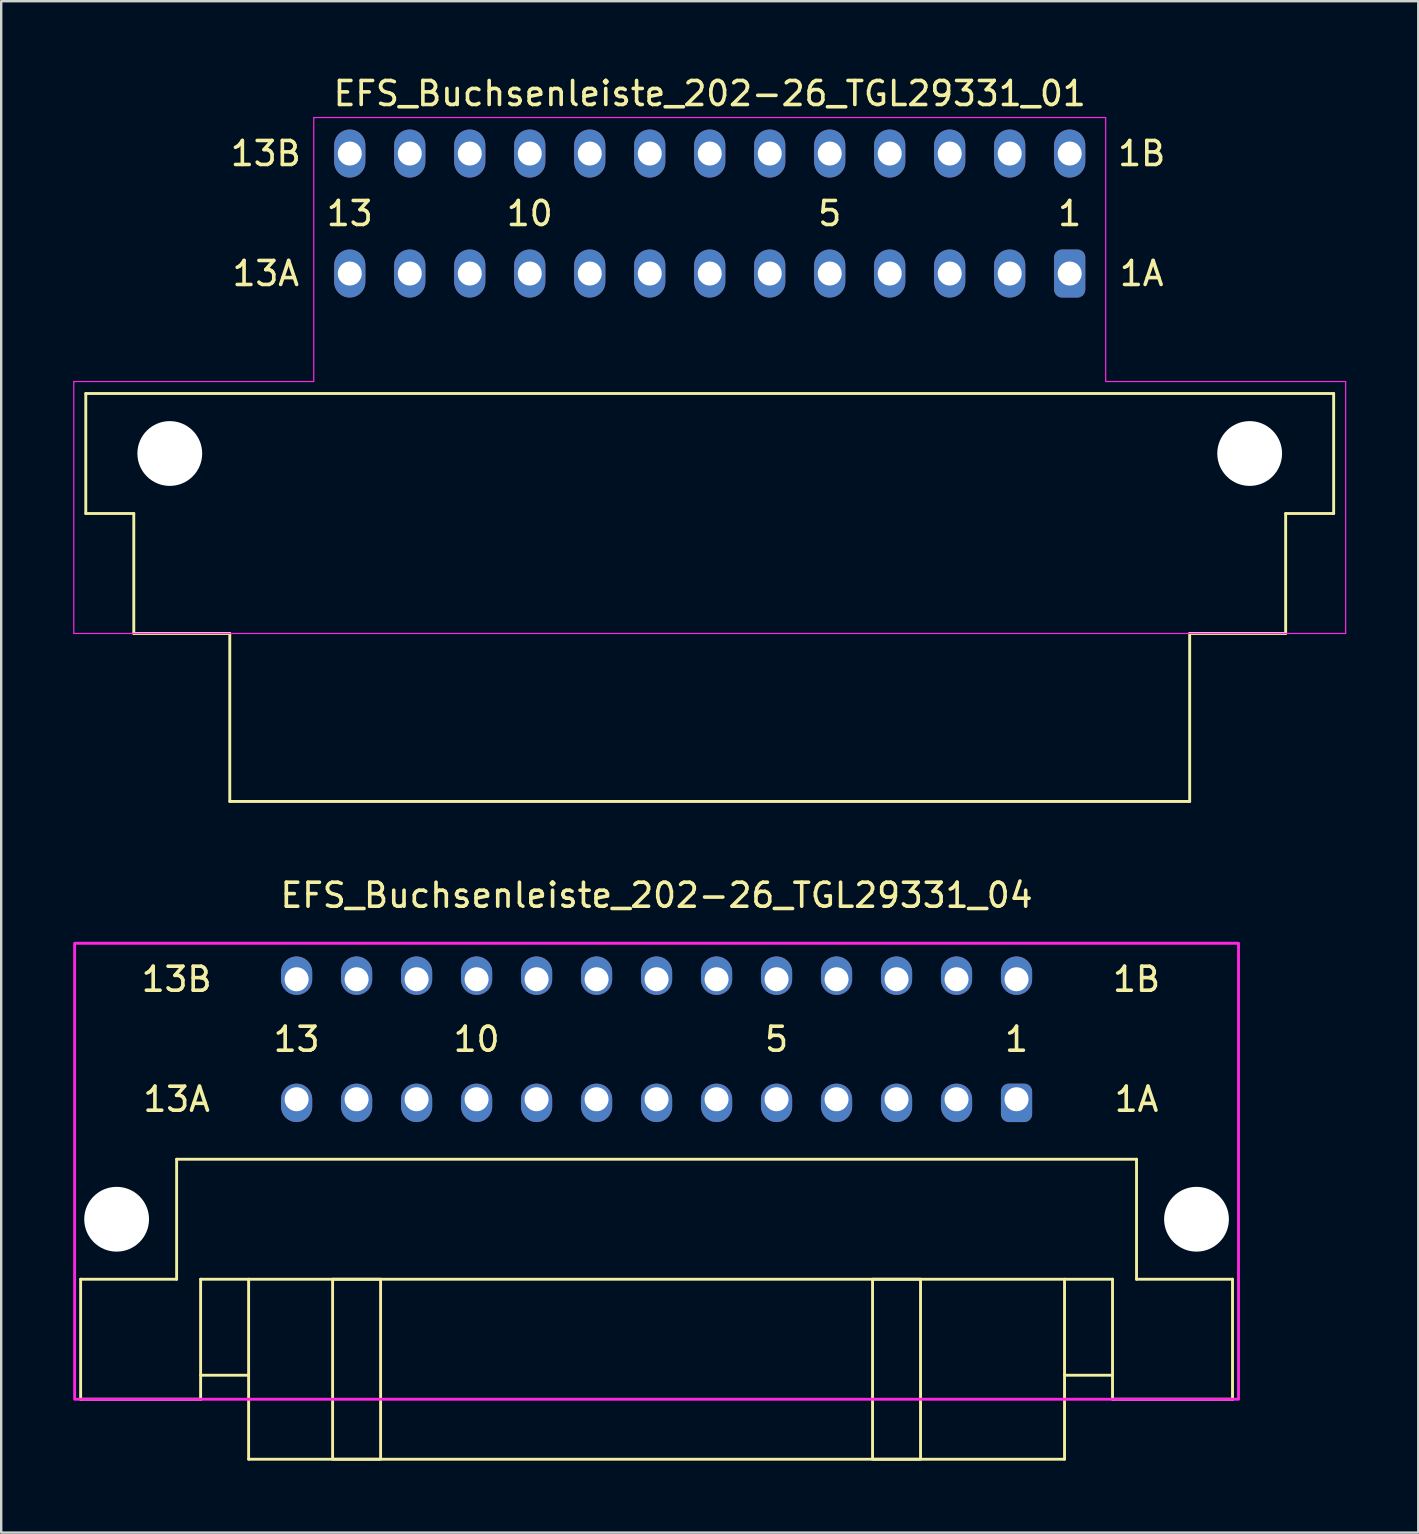
<source format=kicad_pcb>
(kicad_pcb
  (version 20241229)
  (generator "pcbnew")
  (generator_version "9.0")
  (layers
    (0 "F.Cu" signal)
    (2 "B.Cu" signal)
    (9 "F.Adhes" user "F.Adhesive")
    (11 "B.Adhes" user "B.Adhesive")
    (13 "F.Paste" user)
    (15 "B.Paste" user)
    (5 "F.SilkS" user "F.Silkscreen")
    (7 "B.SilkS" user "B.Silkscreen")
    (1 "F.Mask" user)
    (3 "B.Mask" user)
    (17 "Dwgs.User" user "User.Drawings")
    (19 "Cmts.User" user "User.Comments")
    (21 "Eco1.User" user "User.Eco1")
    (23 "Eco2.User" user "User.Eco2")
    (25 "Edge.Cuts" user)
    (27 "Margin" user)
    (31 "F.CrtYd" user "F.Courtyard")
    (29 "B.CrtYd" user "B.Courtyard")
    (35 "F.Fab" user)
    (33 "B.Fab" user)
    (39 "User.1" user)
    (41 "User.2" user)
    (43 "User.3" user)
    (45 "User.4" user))
  (footprint "EFS_Buchsenleiste_202-26_TGL29331_04"
    (layer "F.Cu")
    (at 24.31 55.257)
    (property "Reference" "EFS_Buchsenleiste_202-26_TGL29331_04" (at 0 -21 0) (layer "F.SilkS") (effects (font (size 1 1) (thickness 0.15))))
    (attr through_hole)
    (fp_line (start -24 -5) (end -24 0) (stroke (width 0.12) (type solid)) (layer "F.SilkS"))
    (fp_line (start -24 -5) (end -20 -5) (stroke (width 0.12) (type solid)) (layer "F.SilkS"))
    (fp_line (start -24 0) (end -19 0) (stroke (width 0.12) (type solid)) (layer "F.SilkS"))
    (fp_line (start -20 -10) (end -20 -5) (stroke (width 0.12) (type solid)) (layer "F.SilkS"))
    (fp_line (start -19 -5) (end -19 0) (stroke (width 0.12) (type solid)) (layer "F.SilkS"))
    (fp_line (start -19 -5) (end 19 -5) (stroke (width 0.12) (type solid)) (layer "F.SilkS"))
    (fp_line (start -17 -1) (end -19 -1) (stroke (width 0.12) (type solid)) (layer "F.SilkS"))
    (fp_line (start -17 2.5) (end -17 -5) (stroke (width 0.12) (type solid)) (layer "F.SilkS"))
    (fp_line (start -17 2.5) (end 17 2.5) (stroke (width 0.12) (type solid)) (layer "F.SilkS"))
    (fp_line (start 17 2.5) (end 17 -5) (stroke (width 0.12) (type solid)) (layer "F.SilkS"))
    (fp_line (start 19 -5) (end 19 0) (stroke (width 0.12) (type solid)) (layer "F.SilkS"))
    (fp_line (start 19 -1) (end 17 -1) (stroke (width 0.12) (type solid)) (layer "F.SilkS"))
    (fp_line (start 19 0) (end 24 0) (stroke (width 0.12) (type solid)) (layer "F.SilkS"))
    (fp_line (start 20 -10) (end -20 -10) (stroke (width 0.12) (type solid)) (layer "F.SilkS"))
    (fp_line (start 20 -10) (end 20 -5) (stroke (width 0.12) (type solid)) (layer "F.SilkS"))
    (fp_line (start 20 -5) (end 24 -5) (stroke (width 0.12) (type solid)) (layer "F.SilkS"))
    (fp_line (start 24 -5) (end 24 0) (stroke (width 0.12) (type solid)) (layer "F.SilkS"))
    (fp_rect (start -13.5 -5) (end -11.5 2.5) (stroke (width 0.12) (type solid)) (fill no) (layer "F.SilkS"))
    (fp_rect (start 9 -5) (end 11 2.5) (stroke (width 0.12) (type solid)) (fill no) (layer "F.SilkS"))
    (fp_rect (start -24.25 -19) (end 24.25 0) (stroke (width 0.12) (type solid)) (fill no) (layer "F.CrtYd"))
    (fp_text user "1A" (at 20 -12.5 180) (layer "F.SilkS") (effects (font (size 1 1) (thickness 0.15))))
    (fp_text user "1" (at 15 -15 180) (layer "F.SilkS") (effects (font (size 1 1) (thickness 0.15))))
    (fp_text user "13B" (at -20 -17.5 180) (layer "F.SilkS") (effects (font (size 1 1) (thickness 0.15))))
    (fp_text user "5" (at 5 -15 180) (layer "F.SilkS") (effects (font (size 1 1) (thickness 0.15))))
    (fp_text user "1B" (at 20 -17.5 180) (layer "F.SilkS") (effects (font (size 1 1) (thickness 0.15))))
    (fp_text user "13A" (at -20 -12.5 180) (layer "F.SilkS") (effects (font (size 1 1) (thickness 0.15))))
    (fp_text user "13" (at -15 -15 180) (layer "F.SilkS") (effects (font (size 1 1) (thickness 0.15))))
    (fp_text user "10" (at -7.5 -15 180) (layer "F.SilkS") (effects (font (size 1 1) (thickness 0.15))))
    (pad "" np_thru_hole circle (at -22.5 -7.5 180) (size 2.7 2.7) (drill 2.7) (layers "*.Cu" "*.Mask"))
    (pad "" np_thru_hole circle (at 22.5 -7.5 180) (size 2.7 2.7) (drill 2.7) (layers "*.Cu" "*.Mask"))
    (pad "1a" thru_hole roundrect (at 15 -12.5 180) (size 1.3 1.6) (drill 1 (offset 0 -0.15)) (layers "*.Cu" "*.Mask") (roundrect_rratio 0.25))
    (pad "1b" thru_hole oval (at 15 -17.5 180) (size 1.3 1.6) (drill 1 (offset 0 0.15)) (layers "*.Cu" "*.Mask"))
    (pad "2a" thru_hole oval (at 12.5 -12.5 180) (size 1.3 1.6) (drill 1 (offset 0 -0.15)) (layers "*.Cu" "*.Mask"))
    (pad "2b" thru_hole oval (at 12.5 -17.5 180) (size 1.3 1.6) (drill 1 (offset 0 0.15)) (layers "*.Cu" "*.Mask"))
    (pad "3a" thru_hole oval (at 10 -12.5 180) (size 1.3 1.6) (drill 1 (offset 0 -0.15)) (layers "*.Cu" "*.Mask"))
    (pad "3b" thru_hole oval (at 10 -17.5 180) (size 1.3 1.6) (drill 1 (offset 0 0.15)) (layers "*.Cu" "*.Mask"))
    (pad "4a" thru_hole oval (at 7.5 -12.5 180) (size 1.3 1.6) (drill 1 (offset 0 -0.15)) (layers "*.Cu" "*.Mask"))
    (pad "4b" thru_hole oval (at 7.5 -17.5 180) (size 1.3 1.6) (drill 1 (offset 0 0.15)) (layers "*.Cu" "*.Mask"))
    (pad "5a" thru_hole oval (at 5 -12.5 180) (size 1.3 1.6) (drill 1 (offset 0 -0.15)) (layers "*.Cu" "*.Mask"))
    (pad "5b" thru_hole oval (at 5 -17.5 180) (size 1.3 1.6) (drill 1 (offset 0 0.15)) (layers "*.Cu" "*.Mask"))
    (pad "6a" thru_hole oval (at 2.5 -12.5 180) (size 1.3 1.6) (drill 1 (offset 0 -0.15)) (layers "*.Cu" "*.Mask"))
    (pad "6b" thru_hole oval (at 2.5 -17.5 180) (size 1.3 1.6) (drill 1 (offset 0 0.15)) (layers "*.Cu" "*.Mask"))
    (pad "7a" thru_hole oval (at 0 -12.5 180) (size 1.3 1.6) (drill 1 (offset 0 -0.15)) (layers "*.Cu" "*.Mask"))
    (pad "7b" thru_hole oval (at 0 -17.5 180) (size 1.3 1.6) (drill 1 (offset 0 0.15)) (layers "*.Cu" "*.Mask"))
    (pad "8a" thru_hole oval (at -2.5 -12.5 180) (size 1.3 1.6) (drill 1 (offset 0 -0.15)) (layers "*.Cu" "*.Mask"))
    (pad "8b" thru_hole oval (at -2.5 -17.5 180) (size 1.3 1.6) (drill 1 (offset 0 0.15)) (layers "*.Cu" "*.Mask"))
    (pad "9a" thru_hole oval (at -5 -12.5 180) (size 1.3 1.6) (drill 1 (offset 0 -0.15)) (layers "*.Cu" "*.Mask"))
    (pad "9b" thru_hole oval (at -5 -17.5 180) (size 1.3 1.6) (drill 1 (offset 0 0.15)) (layers "*.Cu" "*.Mask"))
    (pad "10a" thru_hole oval (at -7.5 -12.5 180) (size 1.3 1.6) (drill 1 (offset 0 -0.15)) (layers "*.Cu" "*.Mask"))
    (pad "10b" thru_hole oval (at -7.5 -17.5 180) (size 1.3 1.6) (drill 1 (offset 0 0.15)) (layers "*.Cu" "*.Mask"))
    (pad "11a" thru_hole oval (at -10 -12.5 180) (size 1.3 1.6) (drill 1 (offset 0 -0.15)) (layers "*.Cu" "*.Mask"))
    (pad "11b" thru_hole oval (at -10 -17.5 180) (size 1.3 1.6) (drill 1 (offset 0 0.15)) (layers "*.Cu" "*.Mask"))
    (pad "12a" thru_hole oval (at -12.5 -12.5 180) (size 1.3 1.6) (drill 1 (offset 0 -0.15)) (layers "*.Cu" "*.Mask"))
    (pad "12b" thru_hole oval (at -12.5 -17.5 180) (size 1.3 1.6) (drill 1 (offset 0 0.15)) (layers "*.Cu" "*.Mask"))
    (pad "13a" thru_hole oval (at -15 -12.5 180) (size 1.3 1.6) (drill 1 (offset 0 -0.15)) (layers "*.Cu" "*.Mask"))
    (pad "13b" thru_hole oval (at -15 -17.5 180) (size 1.3 1.6) (drill 1 (offset 0 0.15)) (layers "*.Cu" "*.Mask")))
  (footprint "EFS_Buchsenleiste_202-26_TGL29331_01"
    (layer "F.Cu")
    (at 26.525 20.848)
    (property "Reference" "EFS_Buchsenleiste_202-26_TGL29331_01" (at 0 -20 180) (layer "F.SilkS") (effects (font (size 1 1) (thickness 0.15))))
    (attr through_hole)
    (fp_line (start -26 -7.5) (end -26 -2.5) (stroke (width 0.12) (type solid)) (layer "F.SilkS"))
    (fp_line (start -26 -7.5) (end 26 -7.5) (stroke (width 0.12) (type solid)) (layer "F.SilkS"))
    (fp_line (start -26 -2.5) (end -24 -2.5) (stroke (width 0.12) (type solid)) (layer "F.SilkS"))
    (fp_line (start -24 -2.5) (end -24 2.5) (stroke (width 0.12) (type solid)) (layer "F.SilkS"))
    (fp_line (start -24 2.5) (end -20 2.5) (stroke (width 0.12) (type solid)) (layer "F.SilkS"))
    (fp_line (start -20 2.5) (end -20 9.5) (stroke (width 0.12) (type solid)) (layer "F.SilkS"))
    (fp_line (start -20 9.5) (end 20 9.5) (stroke (width 0.12) (type solid)) (layer "F.SilkS"))
    (fp_line (start 20 2.5) (end 24 2.5) (stroke (width 0.12) (type solid)) (layer "F.SilkS"))
    (fp_line (start 20 9.5) (end 20 2.5) (stroke (width 0.12) (type solid)) (layer "F.SilkS"))
    (fp_line (start 24 -2.5) (end 26 -2.5) (stroke (width 0.12) (type solid)) (layer "F.SilkS"))
    (fp_line (start 24 2.5) (end 24 -2.5) (stroke (width 0.12) (type solid)) (layer "F.SilkS"))
    (fp_line (start 26 -2.5) (end 26 -7.5) (stroke (width 0.12) (type solid)) (layer "F.SilkS"))
    (fp_line (start -26.5 2.5) (end -26.5 -8) (stroke (width 0.05) (type solid)) (layer "F.CrtYd"))
    (fp_line (start -16.5 -19) (end 16.5 -19) (stroke (width 0.05) (type solid)) (layer "F.CrtYd"))
    (fp_line (start -16.5 -8) (end -26.5 -8) (stroke (width 0.05) (type solid)) (layer "F.CrtYd"))
    (fp_line (start -16.5 -8) (end -16.5 -19) (stroke (width 0.05) (type solid)) (layer "F.CrtYd"))
    (fp_line (start 16.5 -19) (end 16.5 -8) (stroke (width 0.05) (type solid)) (layer "F.CrtYd"))
    (fp_line (start 16.5 -8) (end 26.5 -8) (stroke (width 0.05) (type solid)) (layer "F.CrtYd"))
    (fp_line (start 26.5 -8) (end 26.5 2.5) (stroke (width 0.05) (type solid)) (layer "F.CrtYd"))
    (fp_line (start 26.5 2.5) (end -26.5 2.5) (stroke (width 0.05) (type solid)) (layer "F.CrtYd"))
    (fp_text user "1" (at 15 -15 180) (layer "F.SilkS") (effects (font (size 1 1) (thickness 0.15))))
    (fp_text user "13A" (at -18.5 -12.5 0) (layer "F.SilkS") (effects (font (size 1 1) (thickness 0.15))))
    (fp_text user "1B" (at 18 -17.5 0) (layer "F.SilkS") (effects (font (size 1 1) (thickness 0.15))))
    (fp_text user "13" (at -15 -15 180) (layer "F.SilkS") (effects (font (size 1 1) (thickness 0.15))))
    (fp_text user "10" (at -7.5 -15 180) (layer "F.SilkS") (effects (font (size 1 1) (thickness 0.15))))
    (fp_text user "5" (at 5 -15 180) (layer "F.SilkS") (effects (font (size 1 1) (thickness 0.15))))
    (fp_text user "13B" (at -18.5 -17.5 0) (layer "F.SilkS") (effects (font (size 1 1) (thickness 0.15))))
    (fp_text user "1A" (at 18 -12.5 0) (layer "F.SilkS") (effects (font (size 1 1) (thickness 0.15))))
    (pad "" np_thru_hole circle (at -22.5 -5) (size 2.7 2.7) (drill 2.7) (layers "*.Cu" "*.Mask"))
    (pad "" np_thru_hole circle (at 22.5 -5) (size 2.7 2.7) (drill 2.7) (layers "*.Cu" "*.Mask"))
    (pad "1a" thru_hole roundrect (at 15 -12.5) (size 1.3 2) (drill 1) (layers "*.Cu" "*.Mask") (roundrect_rratio 0.25))
    (pad "1b" thru_hole oval (at 15 -17.5) (size 1.3 2) (drill 1) (layers "*.Cu" "*.Mask"))
    (pad "2a" thru_hole oval (at 12.5 -12.5) (size 1.3 2) (drill 1) (layers "*.Cu" "*.Mask"))
    (pad "2b" thru_hole oval (at 12.5 -17.5) (size 1.3 2) (drill 1) (layers "*.Cu" "*.Mask"))
    (pad "3a" thru_hole oval (at 10 -12.5) (size 1.3 2) (drill 1) (layers "*.Cu" "*.Mask"))
    (pad "3b" thru_hole oval (at 10 -17.5) (size 1.3 2) (drill 1) (layers "*.Cu" "*.Mask"))
    (pad "4a" thru_hole oval (at 7.5 -12.5) (size 1.3 2) (drill 1) (layers "*.Cu" "*.Mask"))
    (pad "4b" thru_hole oval (at 7.5 -17.5) (size 1.3 2) (drill 1) (layers "*.Cu" "*.Mask"))
    (pad "5a" thru_hole oval (at 5 -12.5) (size 1.3 2) (drill 1) (layers "*.Cu" "*.Mask"))
    (pad "5b" thru_hole oval (at 5 -17.5) (size 1.3 2) (drill 1) (layers "*.Cu" "*.Mask"))
    (pad "6a" thru_hole oval (at 2.5 -12.5) (size 1.3 2) (drill 1) (layers "*.Cu" "*.Mask"))
    (pad "6b" thru_hole oval (at 2.5 -17.5) (size 1.3 2) (drill 1) (layers "*.Cu" "*.Mask"))
    (pad "7a" thru_hole oval (at 0 -12.5) (size 1.3 2) (drill 1) (layers "*.Cu" "*.Mask"))
    (pad "7b" thru_hole oval (at 0 -17.5) (size 1.3 2) (drill 1) (layers "*.Cu" "*.Mask"))
    (pad "8a" thru_hole oval (at -2.5 -12.5) (size 1.3 2) (drill 1) (layers "*.Cu" "*.Mask"))
    (pad "8b" thru_hole oval (at -2.5 -17.5) (size 1.3 2) (drill 1) (layers "*.Cu" "*.Mask"))
    (pad "9a" thru_hole oval (at -5 -12.5) (size 1.3 2) (drill 1) (layers "*.Cu" "*.Mask"))
    (pad "9b" thru_hole oval (at -5 -17.5) (size 1.3 2) (drill 1) (layers "*.Cu" "*.Mask"))
    (pad "10a" thru_hole oval (at -7.5 -12.5) (size 1.3 2) (drill 1) (layers "*.Cu" "*.Mask"))
    (pad "10b" thru_hole oval (at -7.5 -17.5) (size 1.3 2) (drill 1) (layers "*.Cu" "*.Mask"))
    (pad "11a" thru_hole oval (at -10 -12.5) (size 1.3 2) (drill 1) (layers "*.Cu" "*.Mask"))
    (pad "11b" thru_hole oval (at -10 -17.5) (size 1.3 2) (drill 1) (layers "*.Cu" "*.Mask"))
    (pad "12a" thru_hole oval (at -12.5 -12.5) (size 1.3 2) (drill 1) (layers "*.Cu" "*.Mask"))
    (pad "12b" thru_hole oval (at -12.5 -17.5) (size 1.3 2) (drill 1) (layers "*.Cu" "*.Mask"))
    (pad "13a" thru_hole oval (at -15 -12.5) (size 1.3 2) (drill 1) (layers "*.Cu" "*.Mask"))
    (pad "13b" thru_hole oval (at -15 -17.5) (size 1.3 2) (drill 1) (layers "*.Cu" "*.Mask")))
  (gr_rect
    (start -3 -3)
    (end 56.05 60.816)
    (stroke (width 0.1) (type default))
    (fill no)
    (layer "Edge.Cuts")))
</source>
